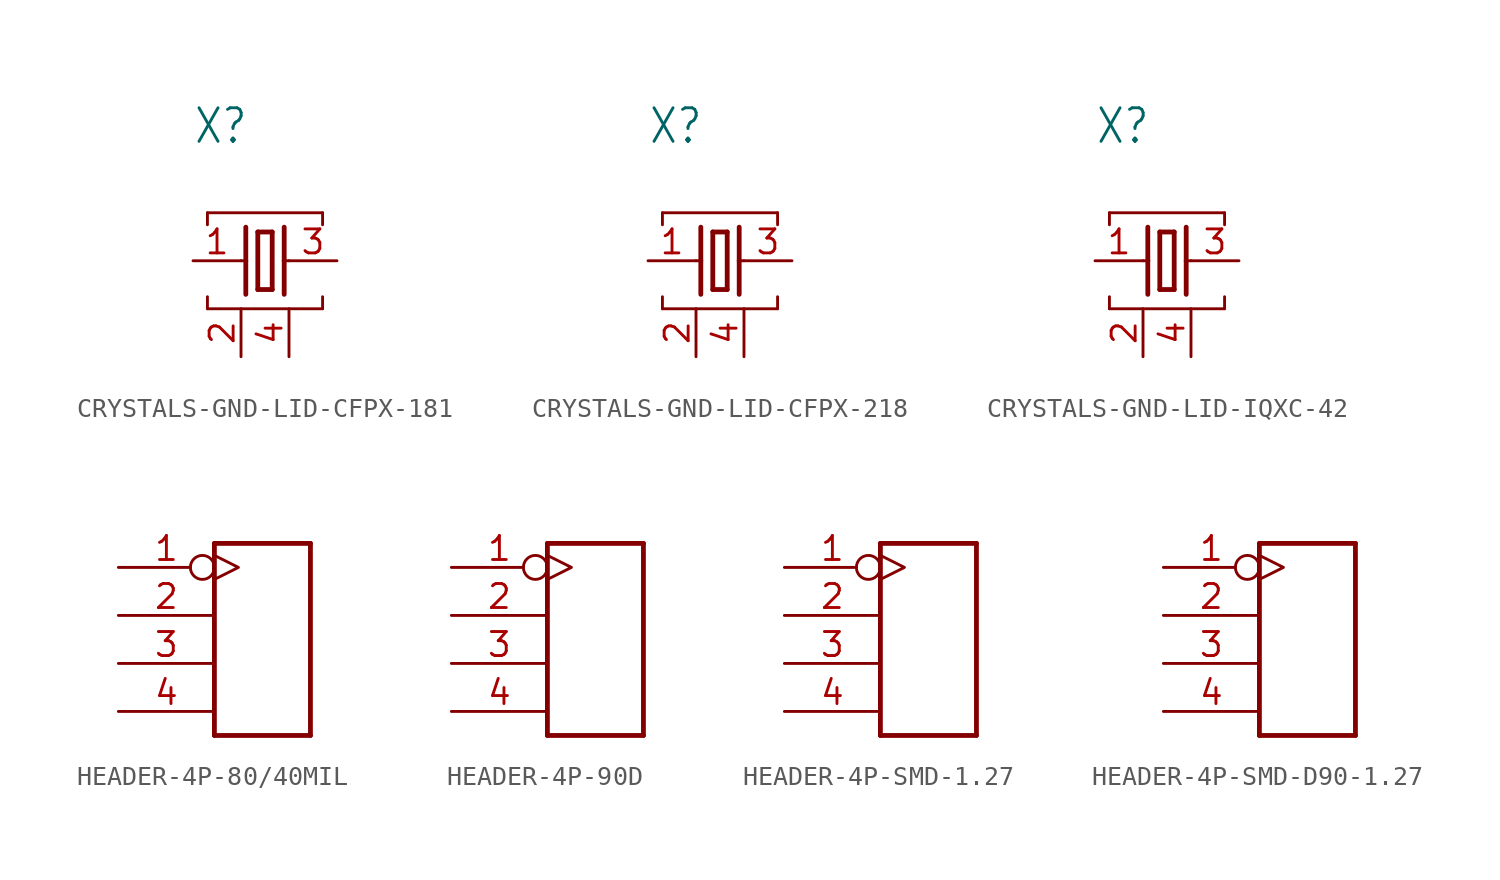
<source format=kicad_sym>
(kicad_symbol_lib
  (version 20220914)
  (generator kicad_symbol_editor)
  (symbol "CRYSTALS-GND-LID-CFPX-181"
    (property "Reference" "X"
      (at -2.54 6.096 0)
      (effects (font (size 1.778 1.511)) (justify left bottom)))
    (property "Value" ""
      (at -2.54 3.81 0)
      (effects (font (size 1.778 1.511)) (justify left bottom)))
    (property "ki_locked" ""
      (at 0 0 0)
      (effects (font (size 1.27 1.27))))
    (symbol "CRYSTALS-GND-LID-CFPX-181_1_0"
      (polyline (pts (xy -1.778 -2.54) (xy -1.778 -1.905)) (stroke (width 0.152) (type solid)) (fill (type none)))
      (polyline (pts (xy -1.778 -2.54) (xy 4.318 -2.54)) (stroke (width 0.152) (type solid)) (fill (type none)))
      (polyline (pts (xy -1.778 1.905) (xy -1.778 2.54)) (stroke (width 0.152) (type solid)) (fill (type none)))
      (polyline (pts (xy -1.778 2.54) (xy 4.318 2.54)) (stroke (width 0.152) (type solid)) (fill (type none)))
      (polyline (pts (xy 0 0) (xy 0.254 0)) (stroke (width 0.152) (type solid)) (fill (type none)))
      (polyline (pts (xy 0.254 0) (xy 0.254 -1.778)) (stroke (width 0.254) (type solid)) (fill (type none)))
      (polyline (pts (xy 0.254 1.778) (xy 0.254 0)) (stroke (width 0.254) (type solid)) (fill (type none)))
      (polyline (pts (xy 0.889 -1.524) (xy 1.651 -1.524)) (stroke (width 0.254) (type solid)) (fill (type none)))
      (polyline (pts (xy 0.889 1.524) (xy 0.889 -1.524)) (stroke (width 0.254) (type solid)) (fill (type none)))
      (polyline (pts (xy 1.651 -1.524) (xy 1.651 1.524)) (stroke (width 0.254) (type solid)) (fill (type none)))
      (polyline (pts (xy 1.651 1.524) (xy 0.889 1.524)) (stroke (width 0.254) (type solid)) (fill (type none)))
      (polyline (pts (xy 2.286 0) (xy 2.286 -1.778)) (stroke (width 0.254) (type solid)) (fill (type none)))
      (polyline (pts (xy 2.286 0) (xy 2.54 0)) (stroke (width 0.152) (type solid)) (fill (type none)))
      (polyline (pts (xy 2.286 1.778) (xy 2.286 0)) (stroke (width 0.254) (type solid)) (fill (type none)))
      (polyline (pts (xy 4.318 -1.905) (xy 4.318 -2.54)) (stroke (width 0.152) (type solid)) (fill (type none)))
      (polyline (pts (xy 4.318 2.54) (xy 4.318 1.905)) (stroke (width 0.152) (type solid)) (fill (type none)))
      (pin passive line (at -2.54 0 0) (length 2.54) (name "1" (effects (font (size 0 0)))) (number "1" (effects (font (size 1.27 1.27)))))
      (pin passive line (at 0 -5.08 90) (length 2.54) (name "2" (effects (font (size 0 0)))) (number "2" (effects (font (size 1.27 1.27)))))
      (pin passive line (at 5.08 0 180) (length 2.54) (name "3" (effects (font (size 0 0)))) (number "3" (effects (font (size 1.27 1.27)))))
      (pin passive line (at 2.54 -5.08 90) (length 2.54) (name "4" (effects (font (size 0 0)))) (number "4" (effects (font (size 1.27 1.27)))))))
  (symbol "CRYSTALS-GND-LID-CFPX-218"
    (property "Reference" "X"
      (at -2.54 6.096 0)
      (effects (font (size 1.778 1.511)) (justify left bottom)))
    (property "Value" ""
      (at -2.54 3.81 0)
      (effects (font (size 1.778 1.511)) (justify left bottom)))
    (property "ki_locked" ""
      (at 0 0 0)
      (effects (font (size 1.27 1.27))))
    (symbol "CRYSTALS-GND-LID-CFPX-218_1_0"
      (polyline (pts (xy -1.778 -2.54) (xy -1.778 -1.905)) (stroke (width 0.152) (type solid)) (fill (type none)))
      (polyline (pts (xy -1.778 -2.54) (xy 4.318 -2.54)) (stroke (width 0.152) (type solid)) (fill (type none)))
      (polyline (pts (xy -1.778 1.905) (xy -1.778 2.54)) (stroke (width 0.152) (type solid)) (fill (type none)))
      (polyline (pts (xy -1.778 2.54) (xy 4.318 2.54)) (stroke (width 0.152) (type solid)) (fill (type none)))
      (polyline (pts (xy 0 0) (xy 0.254 0)) (stroke (width 0.152) (type solid)) (fill (type none)))
      (polyline (pts (xy 0.254 0) (xy 0.254 -1.778)) (stroke (width 0.254) (type solid)) (fill (type none)))
      (polyline (pts (xy 0.254 1.778) (xy 0.254 0)) (stroke (width 0.254) (type solid)) (fill (type none)))
      (polyline (pts (xy 0.889 -1.524) (xy 1.651 -1.524)) (stroke (width 0.254) (type solid)) (fill (type none)))
      (polyline (pts (xy 0.889 1.524) (xy 0.889 -1.524)) (stroke (width 0.254) (type solid)) (fill (type none)))
      (polyline (pts (xy 1.651 -1.524) (xy 1.651 1.524)) (stroke (width 0.254) (type solid)) (fill (type none)))
      (polyline (pts (xy 1.651 1.524) (xy 0.889 1.524)) (stroke (width 0.254) (type solid)) (fill (type none)))
      (polyline (pts (xy 2.286 0) (xy 2.286 -1.778)) (stroke (width 0.254) (type solid)) (fill (type none)))
      (polyline (pts (xy 2.286 0) (xy 2.54 0)) (stroke (width 0.152) (type solid)) (fill (type none)))
      (polyline (pts (xy 2.286 1.778) (xy 2.286 0)) (stroke (width 0.254) (type solid)) (fill (type none)))
      (polyline (pts (xy 4.318 -1.905) (xy 4.318 -2.54)) (stroke (width 0.152) (type solid)) (fill (type none)))
      (polyline (pts (xy 4.318 2.54) (xy 4.318 1.905)) (stroke (width 0.152) (type solid)) (fill (type none)))
      (pin passive line (at -2.54 0 0) (length 2.54) (name "1" (effects (font (size 0 0)))) (number "1" (effects (font (size 1.27 1.27)))))
      (pin passive line (at 0 -5.08 90) (length 2.54) (name "2" (effects (font (size 0 0)))) (number "2" (effects (font (size 1.27 1.27)))))
      (pin passive line (at 5.08 0 180) (length 2.54) (name "3" (effects (font (size 0 0)))) (number "3" (effects (font (size 1.27 1.27)))))
      (pin passive line (at 2.54 -5.08 90) (length 2.54) (name "4" (effects (font (size 0 0)))) (number "4" (effects (font (size 1.27 1.27)))))))
  (symbol "CRYSTALS-GND-LID-IQXC-42"
    (property "Reference" "X"
      (at -2.54 6.096 0)
      (effects (font (size 1.778 1.511)) (justify left bottom)))
    (property "Value" ""
      (at -2.54 3.81 0)
      (effects (font (size 1.778 1.511)) (justify left bottom)))
    (property "ki_locked" ""
      (at 0 0 0)
      (effects (font (size 1.27 1.27))))
    (symbol "CRYSTALS-GND-LID-IQXC-42_1_0"
      (polyline (pts (xy -1.778 -2.54) (xy -1.778 -1.905)) (stroke (width 0.152) (type solid)) (fill (type none)))
      (polyline (pts (xy -1.778 -2.54) (xy 4.318 -2.54)) (stroke (width 0.152) (type solid)) (fill (type none)))
      (polyline (pts (xy -1.778 1.905) (xy -1.778 2.54)) (stroke (width 0.152) (type solid)) (fill (type none)))
      (polyline (pts (xy -1.778 2.54) (xy 4.318 2.54)) (stroke (width 0.152) (type solid)) (fill (type none)))
      (polyline (pts (xy 0 0) (xy 0.254 0)) (stroke (width 0.152) (type solid)) (fill (type none)))
      (polyline (pts (xy 0.254 0) (xy 0.254 -1.778)) (stroke (width 0.254) (type solid)) (fill (type none)))
      (polyline (pts (xy 0.254 1.778) (xy 0.254 0)) (stroke (width 0.254) (type solid)) (fill (type none)))
      (polyline (pts (xy 0.889 -1.524) (xy 1.651 -1.524)) (stroke (width 0.254) (type solid)) (fill (type none)))
      (polyline (pts (xy 0.889 1.524) (xy 0.889 -1.524)) (stroke (width 0.254) (type solid)) (fill (type none)))
      (polyline (pts (xy 1.651 -1.524) (xy 1.651 1.524)) (stroke (width 0.254) (type solid)) (fill (type none)))
      (polyline (pts (xy 1.651 1.524) (xy 0.889 1.524)) (stroke (width 0.254) (type solid)) (fill (type none)))
      (polyline (pts (xy 2.286 0) (xy 2.286 -1.778)) (stroke (width 0.254) (type solid)) (fill (type none)))
      (polyline (pts (xy 2.286 0) (xy 2.54 0)) (stroke (width 0.152) (type solid)) (fill (type none)))
      (polyline (pts (xy 2.286 1.778) (xy 2.286 0)) (stroke (width 0.254) (type solid)) (fill (type none)))
      (polyline (pts (xy 4.318 -1.905) (xy 4.318 -2.54)) (stroke (width 0.152) (type solid)) (fill (type none)))
      (polyline (pts (xy 4.318 2.54) (xy 4.318 1.905)) (stroke (width 0.152) (type solid)) (fill (type none)))
      (pin passive line (at -2.54 0 0) (length 2.54) (name "1" (effects (font (size 0 0)))) (number "1" (effects (font (size 1.27 1.27)))))
      (pin passive line (at 0 -5.08 90) (length 2.54) (name "2" (effects (font (size 0 0)))) (number "2" (effects (font (size 1.27 1.27)))))
      (pin passive line (at 5.08 0 180) (length 2.54) (name "3" (effects (font (size 0 0)))) (number "3" (effects (font (size 1.27 1.27)))))
      (pin passive line (at 2.54 -5.08 90) (length 2.54) (name "4" (effects (font (size 0 0)))) (number "4" (effects (font (size 1.27 1.27)))))))
  (symbol "HEADER-4P-80/40MIL"
    (property "Reference" "J"
      (at -3.81 5.08 0)
      (effects (font (size 1.27 1.079)) (justify left bottom) hide))
    (property "ki_locked" ""
      (at 0 0 0)
      (effects (font (size 1.27 1.27))))
    (symbol "HEADER-4P-80/40MIL_1_0"
      (polyline (pts (xy -2.54 -5.08) (xy -2.54 5.08)) (stroke (width 0.254) (type solid)) (fill (type none)))
      (polyline (pts (xy -2.54 5.08) (xy 2.54 5.08)) (stroke (width 0.254) (type solid)) (fill (type none)))
      (polyline (pts (xy 2.54 -5.08) (xy -2.54 -5.08)) (stroke (width 0.254) (type solid)) (fill (type none)))
      (polyline (pts (xy 2.54 5.08) (xy 2.54 -5.08)) (stroke (width 0.254) (type solid)) (fill (type none)))
      (pin bidirectional inverted_clock (at -7.62 3.81 0) (length 5.08) (name "P$1" (effects (font (size 0 0)))) (number "1" (effects (font (size 1.27 1.27)))))
      (pin bidirectional line (at -7.62 1.27 0) (length 5.08) (name "P$2" (effects (font (size 0 0)))) (number "2" (effects (font (size 1.27 1.27)))))
      (pin bidirectional line (at -7.62 -1.27 0) (length 5.08) (name "P$3" (effects (font (size 0 0)))) (number "3" (effects (font (size 1.27 1.27)))))
      (pin bidirectional line (at -7.62 -3.81 0) (length 5.08) (name "P$4" (effects (font (size 0 0)))) (number "4" (effects (font (size 1.27 1.27)))))))
  (symbol "HEADER-4P-90D"
    (property "Reference" "J"
      (at -3.81 5.08 0)
      (effects (font (size 1.27 1.079)) (justify left bottom) hide))
    (property "ki_locked" ""
      (at 0 0 0)
      (effects (font (size 1.27 1.27))))
    (symbol "HEADER-4P-90D_1_0"
      (polyline (pts (xy -2.54 -5.08) (xy -2.54 5.08)) (stroke (width 0.254) (type solid)) (fill (type none)))
      (polyline (pts (xy -2.54 5.08) (xy 2.54 5.08)) (stroke (width 0.254) (type solid)) (fill (type none)))
      (polyline (pts (xy 2.54 -5.08) (xy -2.54 -5.08)) (stroke (width 0.254) (type solid)) (fill (type none)))
      (polyline (pts (xy 2.54 5.08) (xy 2.54 -5.08)) (stroke (width 0.254) (type solid)) (fill (type none)))
      (pin bidirectional inverted_clock (at -7.62 3.81 0) (length 5.08) (name "P$1" (effects (font (size 0 0)))) (number "1" (effects (font (size 1.27 1.27)))))
      (pin bidirectional line (at -7.62 1.27 0) (length 5.08) (name "P$2" (effects (font (size 0 0)))) (number "2" (effects (font (size 1.27 1.27)))))
      (pin bidirectional line (at -7.62 -1.27 0) (length 5.08) (name "P$3" (effects (font (size 0 0)))) (number "3" (effects (font (size 1.27 1.27)))))
      (pin bidirectional line (at -7.62 -3.81 0) (length 5.08) (name "P$4" (effects (font (size 0 0)))) (number "4" (effects (font (size 1.27 1.27)))))))
  (symbol "HEADER-4P-SMD-1.27"
    (property "Reference" "J"
      (at -3.81 5.08 0)
      (effects (font (size 1.27 1.079)) (justify left bottom) hide))
    (property "ki_locked" ""
      (at 0 0 0)
      (effects (font (size 1.27 1.27))))
    (symbol "HEADER-4P-SMD-1.27_1_0"
      (polyline (pts (xy -2.54 -5.08) (xy -2.54 5.08)) (stroke (width 0.254) (type solid)) (fill (type none)))
      (polyline (pts (xy -2.54 5.08) (xy 2.54 5.08)) (stroke (width 0.254) (type solid)) (fill (type none)))
      (polyline (pts (xy 2.54 -5.08) (xy -2.54 -5.08)) (stroke (width 0.254) (type solid)) (fill (type none)))
      (polyline (pts (xy 2.54 5.08) (xy 2.54 -5.08)) (stroke (width 0.254) (type solid)) (fill (type none)))
      (pin bidirectional inverted_clock (at -7.62 3.81 0) (length 5.08) (name "P$1" (effects (font (size 0 0)))) (number "1" (effects (font (size 1.27 1.27)))))
      (pin bidirectional line (at -7.62 1.27 0) (length 5.08) (name "P$2" (effects (font (size 0 0)))) (number "2" (effects (font (size 1.27 1.27)))))
      (pin bidirectional line (at -7.62 -1.27 0) (length 5.08) (name "P$3" (effects (font (size 0 0)))) (number "3" (effects (font (size 1.27 1.27)))))
      (pin bidirectional line (at -7.62 -3.81 0) (length 5.08) (name "P$4" (effects (font (size 0 0)))) (number "4" (effects (font (size 1.27 1.27)))))))
  (symbol "HEADER-4P-SMD-D90-1.27"
    (property "Reference" "J"
      (at -3.81 5.08 0)
      (effects (font (size 1.27 1.079)) (justify left bottom) hide))
    (property "ki_locked" ""
      (at 0 0 0)
      (effects (font (size 1.27 1.27))))
    (symbol "HEADER-4P-SMD-D90-1.27_1_0"
      (polyline (pts (xy -2.54 -5.08) (xy -2.54 5.08)) (stroke (width 0.254) (type solid)) (fill (type none)))
      (polyline (pts (xy -2.54 5.08) (xy 2.54 5.08)) (stroke (width 0.254) (type solid)) (fill (type none)))
      (polyline (pts (xy 2.54 -5.08) (xy -2.54 -5.08)) (stroke (width 0.254) (type solid)) (fill (type none)))
      (polyline (pts (xy 2.54 5.08) (xy 2.54 -5.08)) (stroke (width 0.254) (type solid)) (fill (type none)))
      (pin bidirectional inverted_clock (at -7.62 3.81 0) (length 5.08) (name "P$1" (effects (font (size 0 0)))) (number "1" (effects (font (size 1.27 1.27)))))
      (pin bidirectional line (at -7.62 1.27 0) (length 5.08) (name "P$2" (effects (font (size 0 0)))) (number "2" (effects (font (size 1.27 1.27)))))
      (pin bidirectional line (at -7.62 -1.27 0) (length 5.08) (name "P$3" (effects (font (size 0 0)))) (number "3" (effects (font (size 1.27 1.27)))))
      (pin bidirectional line (at -7.62 -3.81 0) (length 5.08) (name "P$4" (effects (font (size 0 0)))) (number "4" (effects (font (size 1.27 1.27))))))))
</source>
